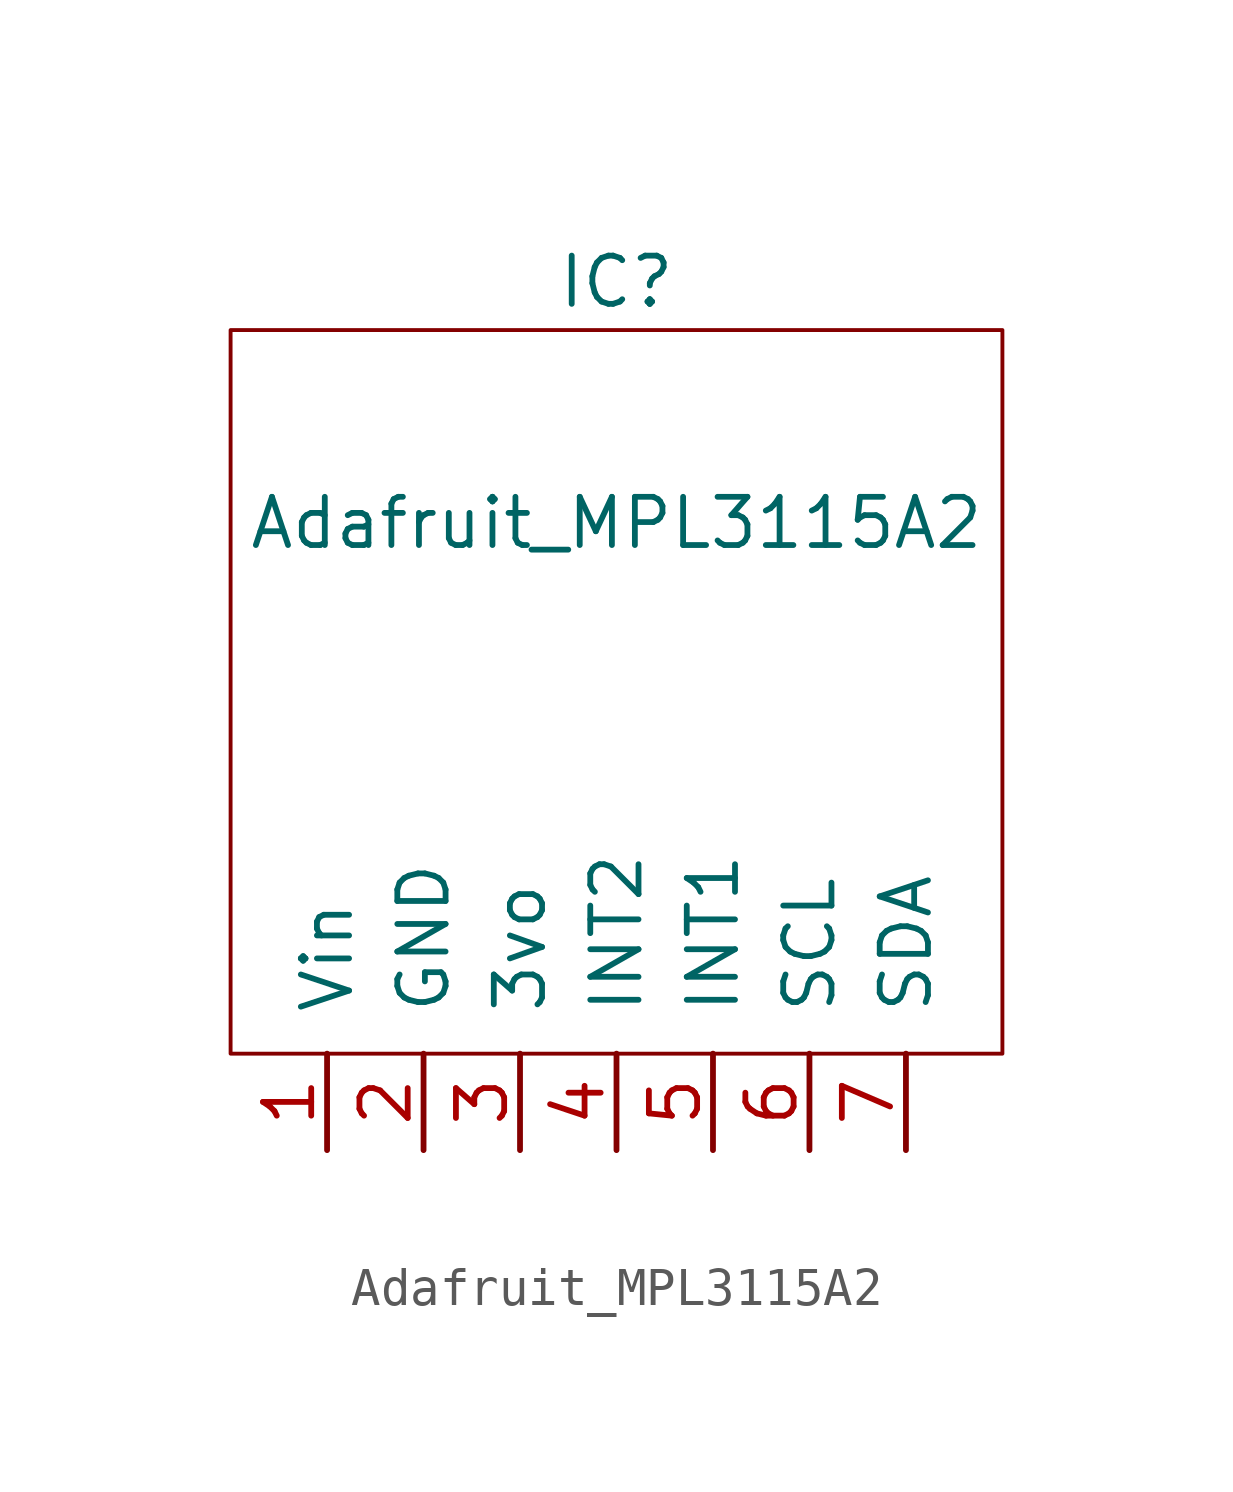
<source format=kicad_sym>
(kicad_symbol_lib
  (version 20211014)
  (generator kicad_symbol_editor)
  (symbol "Adafruit_MPL3115A2"
    (pin_names
      (offset 1.016))
    (property "Reference" "IC"
      (at 10.16 20.32 0)
      (effects (font (size 1.27 1.27))))
    (property "Value" "Adafruit_MPL3115A2"
      (at 10.16 13.97 0)
      (effects (font (size 1.27 1.27))))
    (symbol "Adafruit_MPL3115A2_0_1"
      (rectangle (start 0 0) (end 20.32 19.05) (stroke (width 0.102) (type default) (color 0 0 0 0)) (fill (type none))))
    (symbol "Adafruit_MPL3115A2_1_1"
      (pin bidirectional line (at 2.54 -2.54 90) (length 2.54) (name "Vin" (effects (font (size 1.27 1.27)))) (number "1" (effects (font (size 1.27 1.27)))))
      (pin bidirectional line (at 5.08 -2.54 90) (length 2.54) (name "GND" (effects (font (size 1.27 1.27)))) (number "2" (effects (font (size 1.27 1.27)))))
      (pin bidirectional line (at 7.62 -2.54 90) (length 2.54) (name "3vo" (effects (font (size 1.27 1.27)))) (number "3" (effects (font (size 1.27 1.27)))))
      (pin bidirectional line (at 10.16 -2.54 90) (length 2.54) (name "INT2" (effects (font (size 1.27 1.27)))) (number "4" (effects (font (size 1.27 1.27)))))
      (pin bidirectional line (at 12.7 -2.54 90) (length 2.54) (name "INT1" (effects (font (size 1.27 1.27)))) (number "5" (effects (font (size 1.27 1.27)))))
      (pin bidirectional line (at 15.24 -2.54 90) (length 2.54) (name "SCL" (effects (font (size 1.27 1.27)))) (number "6" (effects (font (size 1.27 1.27)))))
      (pin bidirectional line (at 17.78 -2.54 90) (length 2.54) (name "SDA" (effects (font (size 1.27 1.27)))) (number "7" (effects (font (size 1.27 1.27))))))))
</source>
